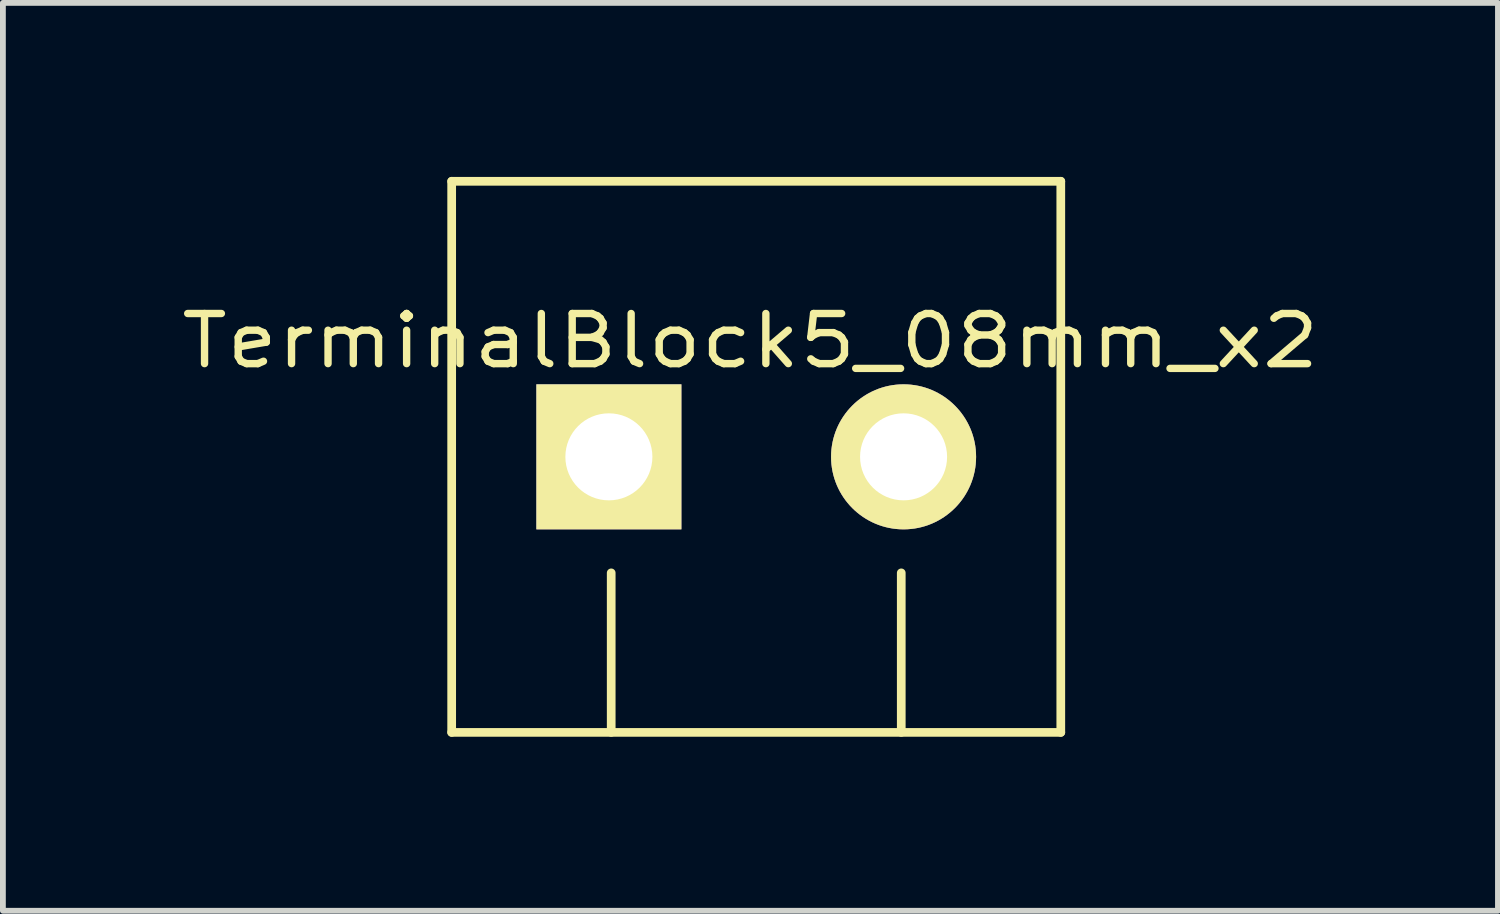
<source format=kicad_pcb>
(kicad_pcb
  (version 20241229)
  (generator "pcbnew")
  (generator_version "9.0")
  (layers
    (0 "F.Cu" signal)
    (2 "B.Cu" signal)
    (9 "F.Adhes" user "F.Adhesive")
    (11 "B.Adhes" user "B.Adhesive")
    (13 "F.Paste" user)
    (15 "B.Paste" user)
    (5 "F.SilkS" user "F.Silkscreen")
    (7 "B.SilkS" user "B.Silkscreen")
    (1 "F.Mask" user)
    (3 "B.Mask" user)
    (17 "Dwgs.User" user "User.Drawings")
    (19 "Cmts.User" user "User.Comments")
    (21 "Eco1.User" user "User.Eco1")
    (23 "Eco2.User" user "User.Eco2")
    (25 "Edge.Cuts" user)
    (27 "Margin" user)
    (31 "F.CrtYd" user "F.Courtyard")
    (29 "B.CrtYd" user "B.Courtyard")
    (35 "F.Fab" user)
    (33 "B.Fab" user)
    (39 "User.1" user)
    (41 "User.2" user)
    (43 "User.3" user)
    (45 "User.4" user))
  (footprint "TerminalBlock5_08mm_x2"
    (layer "F.Cu")
    (at 9.986 4.825)
    (property "Reference" "TerminalBlock5_08mm_x2" (at -0.1 -2 0) (layer "F.SilkS") (effects (font (size 0.864 1.016) (thickness 0.127))))
    (attr through_hole)
    (fp_line (start -5.25 -4.75) (end -5.25 4.75) (stroke (width 0.15) (type solid)) (layer "F.SilkS"))
    (fp_line (start -5.25 4.75) (end 5.25 4.75) (stroke (width 0.15) (type solid)) (layer "F.SilkS"))
    (fp_line (start -2.5 4.75) (end -2.5 2) (stroke (width 0.15) (type solid)) (layer "F.SilkS"))
    (fp_line (start 2.5 4.75) (end 2.5 2) (stroke (width 0.15) (type solid)) (layer "F.SilkS"))
    (fp_line (start 5.25 -4.75) (end -5.25 -4.75) (stroke (width 0.15) (type solid)) (layer "F.SilkS"))
    (fp_line (start 5.25 4.75) (end 5.25 -4.75) (stroke (width 0.15) (type solid)) (layer "F.SilkS"))
    (pad "1" thru_hole rect (at -2.54 0) (size 2.5 2.5) (drill 1.5) (layers "*.Cu" "*.Mask" "F.SilkS"))
    (pad "2" thru_hole circle (at 2.54 0) (size 2.5 2.5) (drill 1.5) (layers "*.Cu" "*.Mask" "F.SilkS")))
  (gr_rect
    (start -3 -3)
    (end 22.772 12.65)
    (stroke (width 0.1) (type default))
    (fill no)
    (layer "Edge.Cuts")))
</source>
